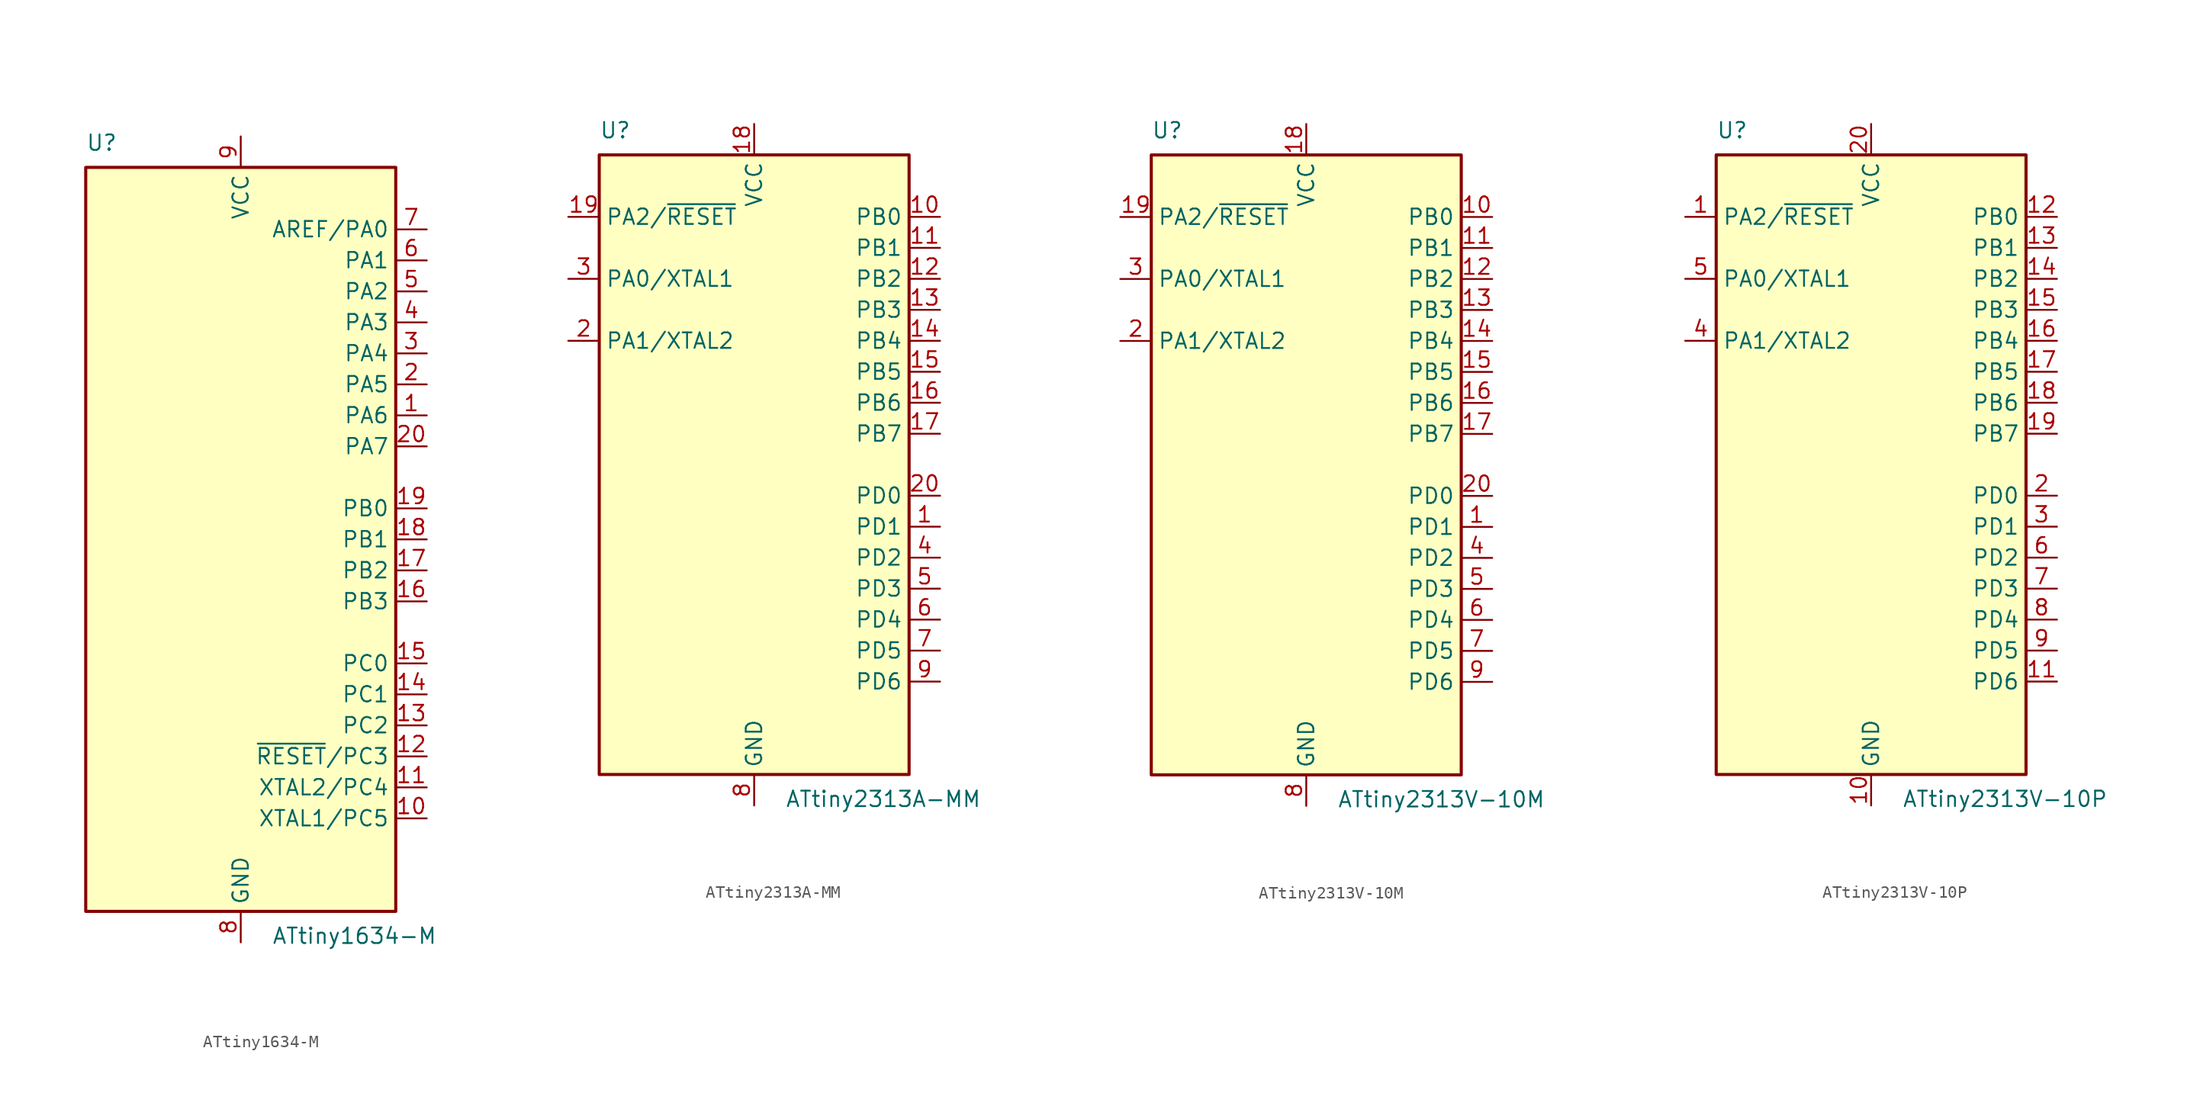
<source format=kicad_sym>
(kicad_symbol_lib
  (version 20241209)
  (generator "kicad_symbol_editor")
  (generator_version "9.0")
  (symbol "ATtiny1634-M"
    (property "Reference" "U"
      (at -12.7 31.75 0)
      (effects (font (size 1.27 1.27)) (justify left bottom)))
    (property "Value" "ATtiny1634-M"
      (at 2.54 -31.75 0)
      (effects (font (size 1.27 1.27)) (justify left top)))
    (symbol "ATtiny1634-M_0_1"
      (rectangle (start -12.7 -30.48) (end 12.7 30.48) (stroke (width 0.254) (type default)) (fill (type background))))
    (symbol "ATtiny1634-M_1_1"
      (pin power_in line (at 0 33.02 270) (length 2.54) (name "VCC" (effects (font (size 1.27 1.27)))) (number "9" (effects (font (size 1.27 1.27)))))
      (pin passive line (at 0 -33.02 90) (length 2.54) (hide yes) (name "GND" (effects (font (size 1.27 1.27)))) (number "21" (effects (font (size 1.27 1.27)))))
      (pin power_in line (at 0 -33.02 90) (length 2.54) (name "GND" (effects (font (size 1.27 1.27)))) (number "8" (effects (font (size 1.27 1.27)))))
      (pin bidirectional line (at 15.24 25.4 180) (length 2.54) (name "AREF/PA0" (effects (font (size 1.27 1.27)))) (number "7" (effects (font (size 1.27 1.27)))))
      (pin bidirectional line (at 15.24 22.86 180) (length 2.54) (name "PA1" (effects (font (size 1.27 1.27)))) (number "6" (effects (font (size 1.27 1.27)))))
      (pin bidirectional line (at 15.24 20.32 180) (length 2.54) (name "PA2" (effects (font (size 1.27 1.27)))) (number "5" (effects (font (size 1.27 1.27)))))
      (pin bidirectional line (at 15.24 17.78 180) (length 2.54) (name "PA3" (effects (font (size 1.27 1.27)))) (number "4" (effects (font (size 1.27 1.27)))))
      (pin bidirectional line (at 15.24 15.24 180) (length 2.54) (name "PA4" (effects (font (size 1.27 1.27)))) (number "3" (effects (font (size 1.27 1.27)))))
      (pin bidirectional line (at 15.24 12.7 180) (length 2.54) (name "PA5" (effects (font (size 1.27 1.27)))) (number "2" (effects (font (size 1.27 1.27)))))
      (pin bidirectional line (at 15.24 10.16 180) (length 2.54) (name "PA6" (effects (font (size 1.27 1.27)))) (number "1" (effects (font (size 1.27 1.27)))))
      (pin bidirectional line (at 15.24 7.62 180) (length 2.54) (name "PA7" (effects (font (size 1.27 1.27)))) (number "20" (effects (font (size 1.27 1.27)))))
      (pin bidirectional line (at 15.24 2.54 180) (length 2.54) (name "PB0" (effects (font (size 1.27 1.27)))) (number "19" (effects (font (size 1.27 1.27)))))
      (pin bidirectional line (at 15.24 0 180) (length 2.54) (name "PB1" (effects (font (size 1.27 1.27)))) (number "18" (effects (font (size 1.27 1.27)))))
      (pin bidirectional line (at 15.24 -2.54 180) (length 2.54) (name "PB2" (effects (font (size 1.27 1.27)))) (number "17" (effects (font (size 1.27 1.27)))))
      (pin bidirectional line (at 15.24 -5.08 180) (length 2.54) (name "PB3" (effects (font (size 1.27 1.27)))) (number "16" (effects (font (size 1.27 1.27)))))
      (pin bidirectional line (at 15.24 -10.16 180) (length 2.54) (name "PC0" (effects (font (size 1.27 1.27)))) (number "15" (effects (font (size 1.27 1.27)))))
      (pin bidirectional line (at 15.24 -12.7 180) (length 2.54) (name "PC1" (effects (font (size 1.27 1.27)))) (number "14" (effects (font (size 1.27 1.27)))))
      (pin bidirectional line (at 15.24 -15.24 180) (length 2.54) (name "PC2" (effects (font (size 1.27 1.27)))) (number "13" (effects (font (size 1.27 1.27)))))
      (pin bidirectional line (at 15.24 -17.78 180) (length 2.54) (name "~{RESET}/PC3" (effects (font (size 1.27 1.27)))) (number "12" (effects (font (size 1.27 1.27)))))
      (pin bidirectional line (at 15.24 -20.32 180) (length 2.54) (name "XTAL2/PC4" (effects (font (size 1.27 1.27)))) (number "11" (effects (font (size 1.27 1.27)))))
      (pin bidirectional line (at 15.24 -22.86 180) (length 2.54) (name "XTAL1/PC5" (effects (font (size 1.27 1.27)))) (number "10" (effects (font (size 1.27 1.27)))))))
  (symbol "ATtiny2313A-MM"
    (property "Reference" "U"
      (at -12.7 26.67 0)
      (effects (font (size 1.27 1.27)) (justify left bottom)))
    (property "Value" "ATtiny2313A-MM"
      (at 2.54 -26.67 0)
      (effects (font (size 1.27 1.27)) (justify left top)))
    (symbol "ATtiny2313A-MM_0_1"
      (rectangle (start -12.7 -25.4) (end 12.7 25.4) (stroke (width 0.254) (type default)) (fill (type background))))
    (symbol "ATtiny2313A-MM_1_1"
      (pin bidirectional line (at -15.24 20.32 0) (length 2.54) (name "PA2/~{RESET}" (effects (font (size 1.27 1.27)))) (number "19" (effects (font (size 1.27 1.27)))))
      (pin bidirectional line (at -15.24 15.24 0) (length 2.54) (name "PA0/XTAL1" (effects (font (size 1.27 1.27)))) (number "3" (effects (font (size 1.27 1.27)))))
      (pin bidirectional line (at -15.24 10.16 0) (length 2.54) (name "PA1/XTAL2" (effects (font (size 1.27 1.27)))) (number "2" (effects (font (size 1.27 1.27)))))
      (pin power_in line (at 0 27.94 270) (length 2.54) (name "VCC" (effects (font (size 1.27 1.27)))) (number "18" (effects (font (size 1.27 1.27)))))
      (pin passive line (at 0 -27.94 90) (length 2.54) (hide yes) (name "GND" (effects (font (size 1.27 1.27)))) (number "21" (effects (font (size 1.27 1.27)))))
      (pin power_in line (at 0 -27.94 90) (length 2.54) (name "GND" (effects (font (size 1.27 1.27)))) (number "8" (effects (font (size 1.27 1.27)))))
      (pin bidirectional line (at 15.24 20.32 180) (length 2.54) (name "PB0" (effects (font (size 1.27 1.27)))) (number "10" (effects (font (size 1.27 1.27)))))
      (pin bidirectional line (at 15.24 17.78 180) (length 2.54) (name "PB1" (effects (font (size 1.27 1.27)))) (number "11" (effects (font (size 1.27 1.27)))))
      (pin bidirectional line (at 15.24 15.24 180) (length 2.54) (name "PB2" (effects (font (size 1.27 1.27)))) (number "12" (effects (font (size 1.27 1.27)))))
      (pin bidirectional line (at 15.24 12.7 180) (length 2.54) (name "PB3" (effects (font (size 1.27 1.27)))) (number "13" (effects (font (size 1.27 1.27)))))
      (pin bidirectional line (at 15.24 10.16 180) (length 2.54) (name "PB4" (effects (font (size 1.27 1.27)))) (number "14" (effects (font (size 1.27 1.27)))))
      (pin bidirectional line (at 15.24 7.62 180) (length 2.54) (name "PB5" (effects (font (size 1.27 1.27)))) (number "15" (effects (font (size 1.27 1.27)))))
      (pin bidirectional line (at 15.24 5.08 180) (length 2.54) (name "PB6" (effects (font (size 1.27 1.27)))) (number "16" (effects (font (size 1.27 1.27)))))
      (pin bidirectional line (at 15.24 2.54 180) (length 2.54) (name "PB7" (effects (font (size 1.27 1.27)))) (number "17" (effects (font (size 1.27 1.27)))))
      (pin bidirectional line (at 15.24 -2.54 180) (length 2.54) (name "PD0" (effects (font (size 1.27 1.27)))) (number "20" (effects (font (size 1.27 1.27)))))
      (pin bidirectional line (at 15.24 -5.08 180) (length 2.54) (name "PD1" (effects (font (size 1.27 1.27)))) (number "1" (effects (font (size 1.27 1.27)))))
      (pin bidirectional line (at 15.24 -7.62 180) (length 2.54) (name "PD2" (effects (font (size 1.27 1.27)))) (number "4" (effects (font (size 1.27 1.27)))))
      (pin bidirectional line (at 15.24 -10.16 180) (length 2.54) (name "PD3" (effects (font (size 1.27 1.27)))) (number "5" (effects (font (size 1.27 1.27)))))
      (pin bidirectional line (at 15.24 -12.7 180) (length 2.54) (name "PD4" (effects (font (size 1.27 1.27)))) (number "6" (effects (font (size 1.27 1.27)))))
      (pin bidirectional line (at 15.24 -15.24 180) (length 2.54) (name "PD5" (effects (font (size 1.27 1.27)))) (number "7" (effects (font (size 1.27 1.27)))))
      (pin bidirectional line (at 15.24 -17.78 180) (length 2.54) (name "PD6" (effects (font (size 1.27 1.27)))) (number "9" (effects (font (size 1.27 1.27)))))))
  (symbol "ATtiny2313V-10M"
    (property "Reference" "U"
      (at -12.7 26.67 0)
      (effects (font (size 1.27 1.27)) (justify left bottom)))
    (property "Value" "ATtiny2313V-10M"
      (at 2.54 -26.67 0)
      (effects (font (size 1.27 1.27)) (justify left top)))
    (symbol "ATtiny2313V-10M_0_1"
      (rectangle (start -12.7 -25.4) (end 12.7 25.4) (stroke (width 0.254) (type default)) (fill (type background))))
    (symbol "ATtiny2313V-10M_1_1"
      (pin bidirectional line (at -15.24 20.32 0) (length 2.54) (name "PA2/~{RESET}" (effects (font (size 1.27 1.27)))) (number "19" (effects (font (size 1.27 1.27)))))
      (pin bidirectional line (at -15.24 15.24 0) (length 2.54) (name "PA0/XTAL1" (effects (font (size 1.27 1.27)))) (number "3" (effects (font (size 1.27 1.27)))))
      (pin bidirectional line (at -15.24 10.16 0) (length 2.54) (name "PA1/XTAL2" (effects (font (size 1.27 1.27)))) (number "2" (effects (font (size 1.27 1.27)))))
      (pin power_in line (at 0 27.94 270) (length 2.54) (name "VCC" (effects (font (size 1.27 1.27)))) (number "18" (effects (font (size 1.27 1.27)))))
      (pin passive line (at 0 -27.94 90) (length 2.54) (hide yes) (name "GND" (effects (font (size 1.27 1.27)))) (number "21" (effects (font (size 1.27 1.27)))))
      (pin power_in line (at 0 -27.94 90) (length 2.54) (name "GND" (effects (font (size 1.27 1.27)))) (number "8" (effects (font (size 1.27 1.27)))))
      (pin bidirectional line (at 15.24 20.32 180) (length 2.54) (name "PB0" (effects (font (size 1.27 1.27)))) (number "10" (effects (font (size 1.27 1.27)))))
      (pin bidirectional line (at 15.24 17.78 180) (length 2.54) (name "PB1" (effects (font (size 1.27 1.27)))) (number "11" (effects (font (size 1.27 1.27)))))
      (pin bidirectional line (at 15.24 15.24 180) (length 2.54) (name "PB2" (effects (font (size 1.27 1.27)))) (number "12" (effects (font (size 1.27 1.27)))))
      (pin bidirectional line (at 15.24 12.7 180) (length 2.54) (name "PB3" (effects (font (size 1.27 1.27)))) (number "13" (effects (font (size 1.27 1.27)))))
      (pin bidirectional line (at 15.24 10.16 180) (length 2.54) (name "PB4" (effects (font (size 1.27 1.27)))) (number "14" (effects (font (size 1.27 1.27)))))
      (pin bidirectional line (at 15.24 7.62 180) (length 2.54) (name "PB5" (effects (font (size 1.27 1.27)))) (number "15" (effects (font (size 1.27 1.27)))))
      (pin bidirectional line (at 15.24 5.08 180) (length 2.54) (name "PB6" (effects (font (size 1.27 1.27)))) (number "16" (effects (font (size 1.27 1.27)))))
      (pin bidirectional line (at 15.24 2.54 180) (length 2.54) (name "PB7" (effects (font (size 1.27 1.27)))) (number "17" (effects (font (size 1.27 1.27)))))
      (pin bidirectional line (at 15.24 -2.54 180) (length 2.54) (name "PD0" (effects (font (size 1.27 1.27)))) (number "20" (effects (font (size 1.27 1.27)))))
      (pin bidirectional line (at 15.24 -5.08 180) (length 2.54) (name "PD1" (effects (font (size 1.27 1.27)))) (number "1" (effects (font (size 1.27 1.27)))))
      (pin bidirectional line (at 15.24 -7.62 180) (length 2.54) (name "PD2" (effects (font (size 1.27 1.27)))) (number "4" (effects (font (size 1.27 1.27)))))
      (pin bidirectional line (at 15.24 -10.16 180) (length 2.54) (name "PD3" (effects (font (size 1.27 1.27)))) (number "5" (effects (font (size 1.27 1.27)))))
      (pin bidirectional line (at 15.24 -12.7 180) (length 2.54) (name "PD4" (effects (font (size 1.27 1.27)))) (number "6" (effects (font (size 1.27 1.27)))))
      (pin bidirectional line (at 15.24 -15.24 180) (length 2.54) (name "PD5" (effects (font (size 1.27 1.27)))) (number "7" (effects (font (size 1.27 1.27)))))
      (pin bidirectional line (at 15.24 -17.78 180) (length 2.54) (name "PD6" (effects (font (size 1.27 1.27)))) (number "9" (effects (font (size 1.27 1.27)))))))
  (symbol "ATtiny2313V-10P"
    (property "Reference" "U"
      (at -12.7 26.67 0)
      (effects (font (size 1.27 1.27)) (justify left bottom)))
    (property "Value" "ATtiny2313V-10P"
      (at 2.54 -26.67 0)
      (effects (font (size 1.27 1.27)) (justify left top)))
    (symbol "ATtiny2313V-10P_0_1"
      (rectangle (start -12.7 -25.4) (end 12.7 25.4) (stroke (width 0.254) (type default)) (fill (type background))))
    (symbol "ATtiny2313V-10P_1_1"
      (pin bidirectional line (at -15.24 20.32 0) (length 2.54) (name "PA2/~{RESET}" (effects (font (size 1.27 1.27)))) (number "1" (effects (font (size 1.27 1.27)))))
      (pin bidirectional line (at -15.24 15.24 0) (length 2.54) (name "PA0/XTAL1" (effects (font (size 1.27 1.27)))) (number "5" (effects (font (size 1.27 1.27)))))
      (pin bidirectional line (at -15.24 10.16 0) (length 2.54) (name "PA1/XTAL2" (effects (font (size 1.27 1.27)))) (number "4" (effects (font (size 1.27 1.27)))))
      (pin power_in line (at 0 27.94 270) (length 2.54) (name "VCC" (effects (font (size 1.27 1.27)))) (number "20" (effects (font (size 1.27 1.27)))))
      (pin power_in line (at 0 -27.94 90) (length 2.54) (name "GND" (effects (font (size 1.27 1.27)))) (number "10" (effects (font (size 1.27 1.27)))))
      (pin bidirectional line (at 15.24 20.32 180) (length 2.54) (name "PB0" (effects (font (size 1.27 1.27)))) (number "12" (effects (font (size 1.27 1.27)))))
      (pin bidirectional line (at 15.24 17.78 180) (length 2.54) (name "PB1" (effects (font (size 1.27 1.27)))) (number "13" (effects (font (size 1.27 1.27)))))
      (pin bidirectional line (at 15.24 15.24 180) (length 2.54) (name "PB2" (effects (font (size 1.27 1.27)))) (number "14" (effects (font (size 1.27 1.27)))))
      (pin bidirectional line (at 15.24 12.7 180) (length 2.54) (name "PB3" (effects (font (size 1.27 1.27)))) (number "15" (effects (font (size 1.27 1.27)))))
      (pin bidirectional line (at 15.24 10.16 180) (length 2.54) (name "PB4" (effects (font (size 1.27 1.27)))) (number "16" (effects (font (size 1.27 1.27)))))
      (pin bidirectional line (at 15.24 7.62 180) (length 2.54) (name "PB5" (effects (font (size 1.27 1.27)))) (number "17" (effects (font (size 1.27 1.27)))))
      (pin bidirectional line (at 15.24 5.08 180) (length 2.54) (name "PB6" (effects (font (size 1.27 1.27)))) (number "18" (effects (font (size 1.27 1.27)))))
      (pin bidirectional line (at 15.24 2.54 180) (length 2.54) (name "PB7" (effects (font (size 1.27 1.27)))) (number "19" (effects (font (size 1.27 1.27)))))
      (pin bidirectional line (at 15.24 -2.54 180) (length 2.54) (name "PD0" (effects (font (size 1.27 1.27)))) (number "2" (effects (font (size 1.27 1.27)))))
      (pin bidirectional line (at 15.24 -5.08 180) (length 2.54) (name "PD1" (effects (font (size 1.27 1.27)))) (number "3" (effects (font (size 1.27 1.27)))))
      (pin bidirectional line (at 15.24 -7.62 180) (length 2.54) (name "PD2" (effects (font (size 1.27 1.27)))) (number "6" (effects (font (size 1.27 1.27)))))
      (pin bidirectional line (at 15.24 -10.16 180) (length 2.54) (name "PD3" (effects (font (size 1.27 1.27)))) (number "7" (effects (font (size 1.27 1.27)))))
      (pin bidirectional line (at 15.24 -12.7 180) (length 2.54) (name "PD4" (effects (font (size 1.27 1.27)))) (number "8" (effects (font (size 1.27 1.27)))))
      (pin bidirectional line (at 15.24 -15.24 180) (length 2.54) (name "PD5" (effects (font (size 1.27 1.27)))) (number "9" (effects (font (size 1.27 1.27)))))
      (pin bidirectional line (at 15.24 -17.78 180) (length 2.54) (name "PD6" (effects (font (size 1.27 1.27)))) (number "11" (effects (font (size 1.27 1.27))))))))
</source>
